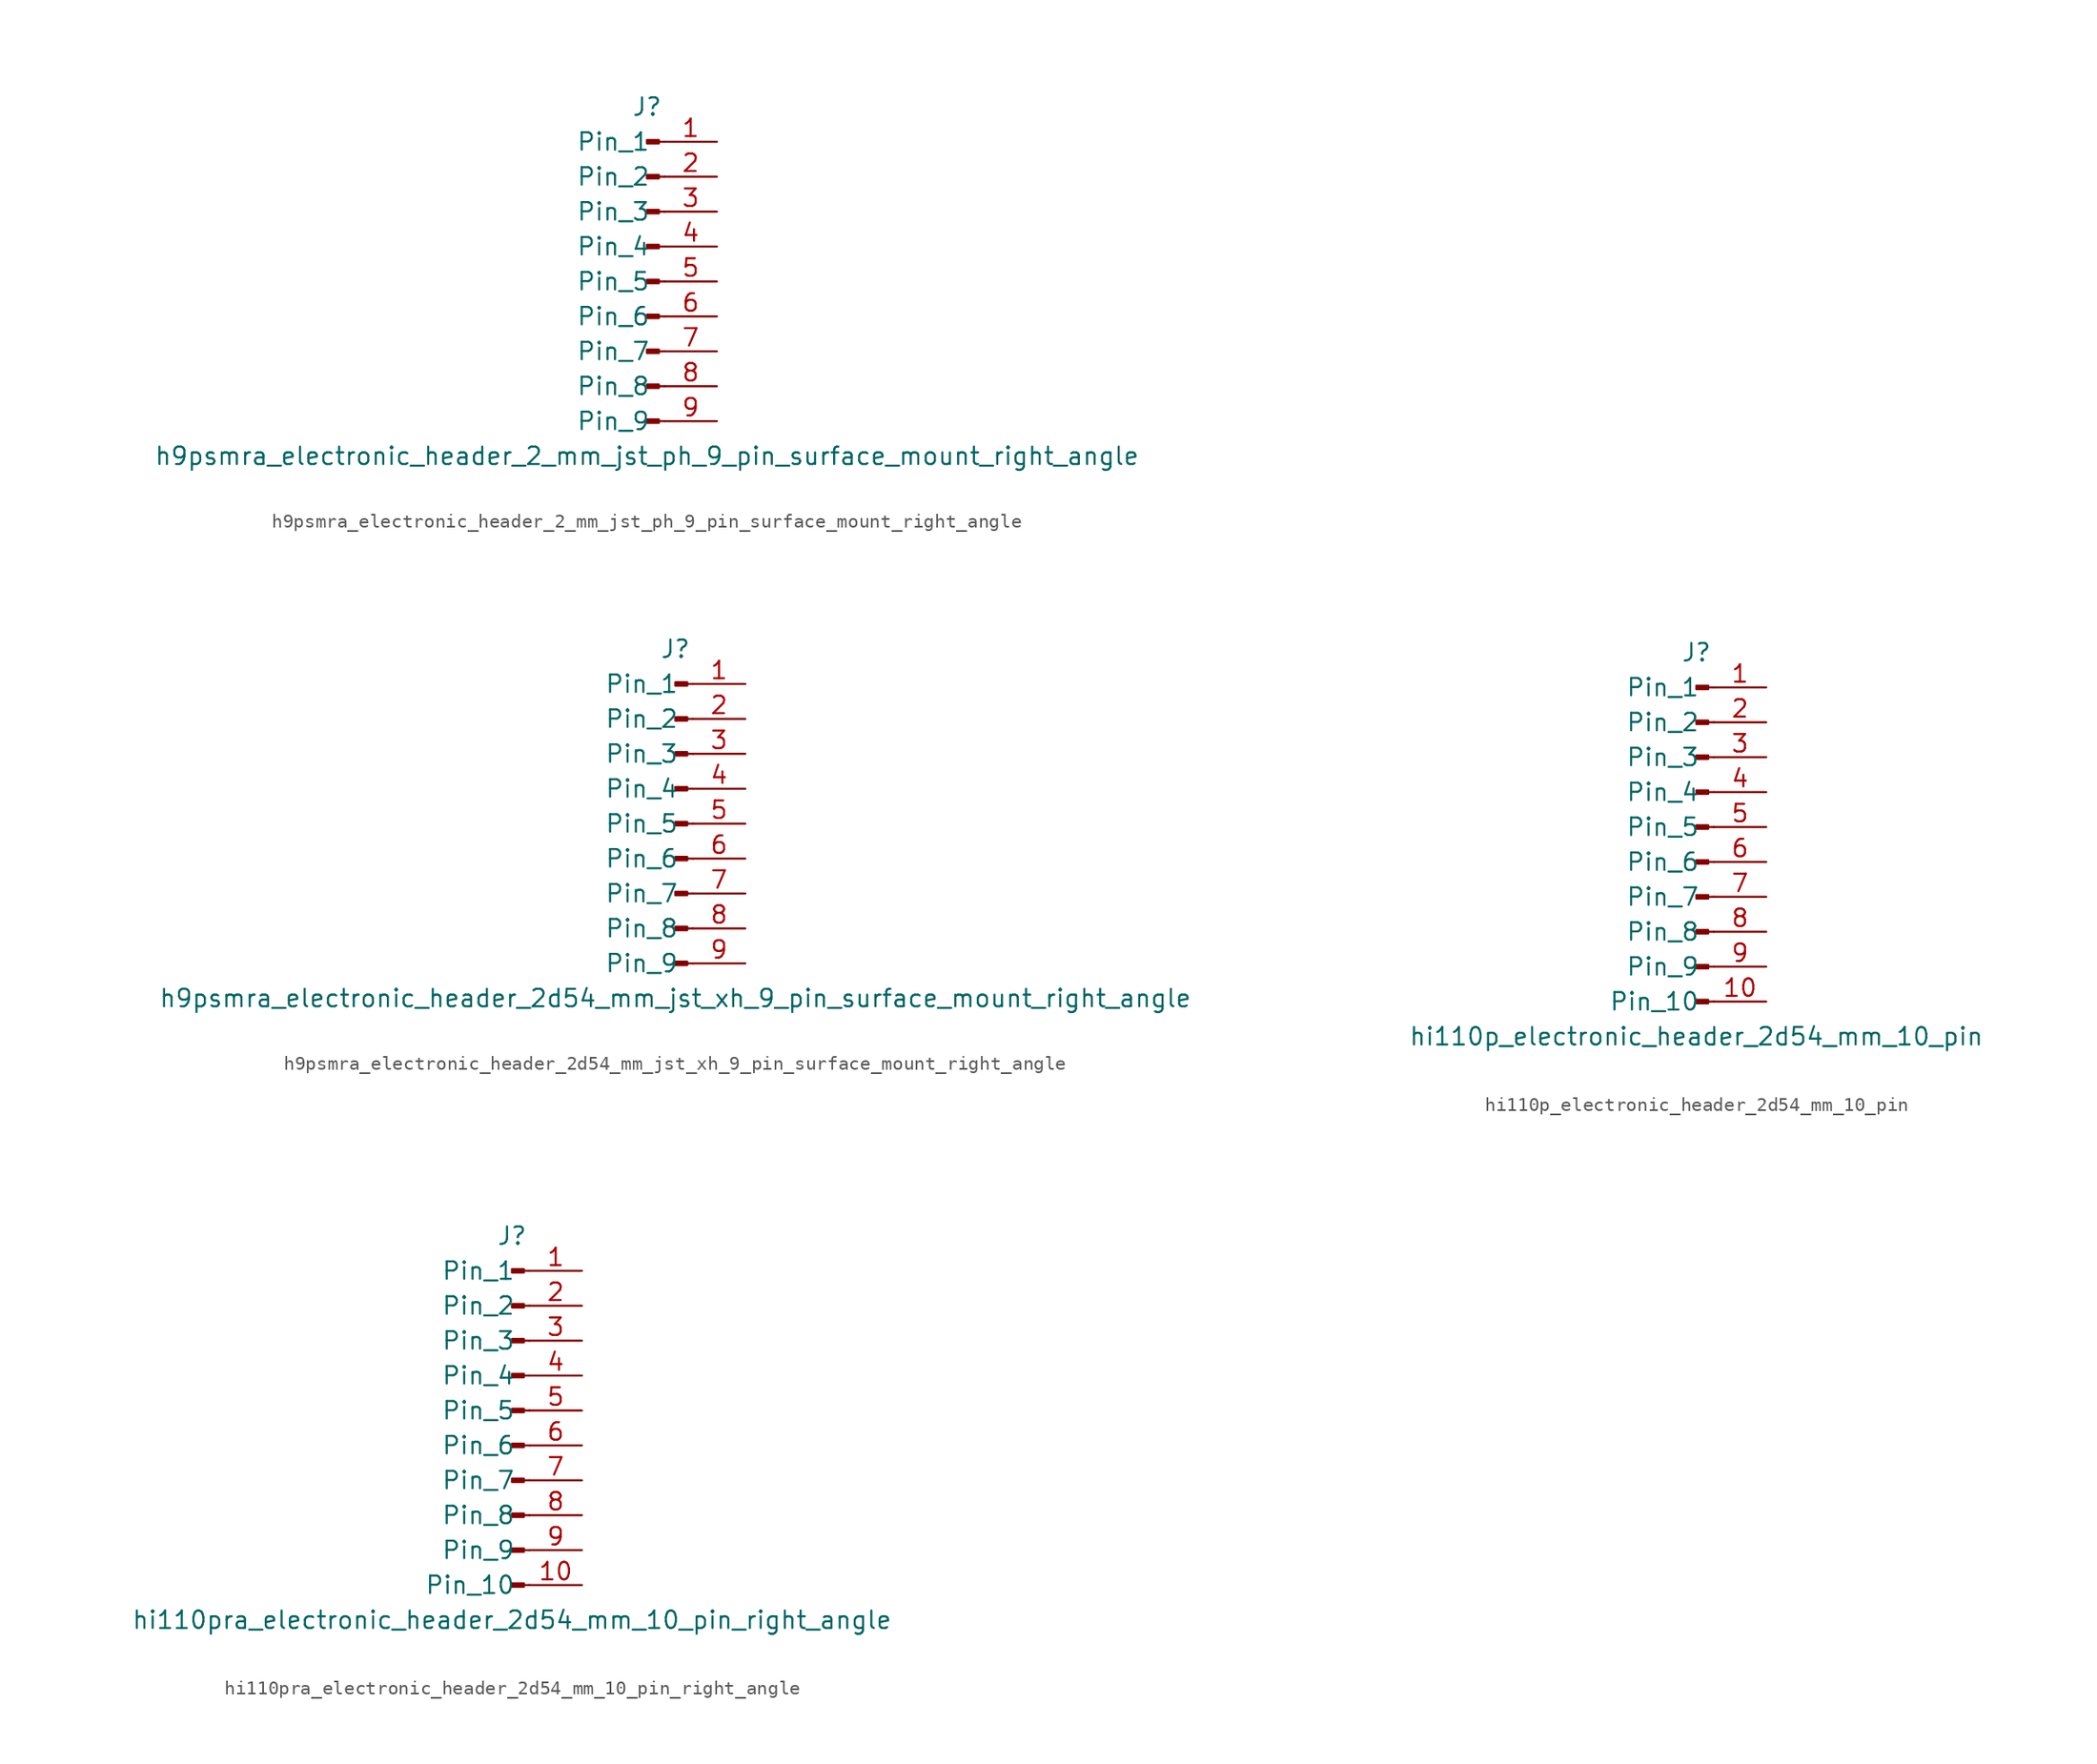
<source format=kicad_sym>
(kicad_symbol_lib
  (version 20220914)
  (generator kicad_symbol_editor)
  (symbol "h9psmra_electronic_header_2_mm_jst_ph_9_pin_surface_mount_right_angle"
    (pin_names
      (offset 1.016))
    (property "Reference" "J"
      (at 0 12.7 0)
      (effects (font (size 1.27 1.27))))
    (property "Value" "h9psmra_electronic_header_2_mm_jst_ph_9_pin_surface_mount_right_angle"
      (at 0 -12.7 0)
      (effects (font (size 1.27 1.27))))
    (property "ki_locked" ""
      (at 0 0 0)
      (effects (font (size 1.27 1.27))))
    (symbol "h9psmra_electronic_header_2_mm_jst_ph_9_pin_surface_mount_right_angle_1_1"
      (polyline (pts (xy 1.27 -10.16) (xy 0.864 -10.16)) (stroke (width 0.152) (type default)) (fill (type none)))
      (polyline (pts (xy 1.27 -7.62) (xy 0.864 -7.62)) (stroke (width 0.152) (type default)) (fill (type none)))
      (polyline (pts (xy 1.27 -5.08) (xy 0.864 -5.08)) (stroke (width 0.152) (type default)) (fill (type none)))
      (polyline (pts (xy 1.27 -2.54) (xy 0.864 -2.54)) (stroke (width 0.152) (type default)) (fill (type none)))
      (polyline (pts (xy 1.27 0) (xy 0.864 0)) (stroke (width 0.152) (type default)) (fill (type none)))
      (polyline (pts (xy 1.27 2.54) (xy 0.864 2.54)) (stroke (width 0.152) (type default)) (fill (type none)))
      (polyline (pts (xy 1.27 5.08) (xy 0.864 5.08)) (stroke (width 0.152) (type default)) (fill (type none)))
      (polyline (pts (xy 1.27 7.62) (xy 0.864 7.62)) (stroke (width 0.152) (type default)) (fill (type none)))
      (polyline (pts (xy 1.27 10.16) (xy 0.864 10.16)) (stroke (width 0.152) (type default)) (fill (type none)))
      (rectangle (start 0.864 -10.033) (end 0 -10.287) (stroke (width 0.152) (type default)) (fill (type outline)))
      (rectangle (start 0.864 -7.493) (end 0 -7.747) (stroke (width 0.152) (type default)) (fill (type outline)))
      (rectangle (start 0.864 -4.953) (end 0 -5.207) (stroke (width 0.152) (type default)) (fill (type outline)))
      (rectangle (start 0.864 -2.413) (end 0 -2.667) (stroke (width 0.152) (type default)) (fill (type outline)))
      (rectangle (start 0.864 0.127) (end 0 -0.127) (stroke (width 0.152) (type default)) (fill (type outline)))
      (rectangle (start 0.864 2.667) (end 0 2.413) (stroke (width 0.152) (type default)) (fill (type outline)))
      (rectangle (start 0.864 5.207) (end 0 4.953) (stroke (width 0.152) (type default)) (fill (type outline)))
      (rectangle (start 0.864 7.747) (end 0 7.493) (stroke (width 0.152) (type default)) (fill (type outline)))
      (rectangle (start 0.864 10.287) (end 0 10.033) (stroke (width 0.152) (type default)) (fill (type outline)))
      (pin passive line (at 5.08 10.16 180) (length 3.81) (name "Pin_1" (effects (font (size 1.27 1.27)))) (number "1" (effects (font (size 1.27 1.27)))))
      (pin passive line (at 5.08 7.62 180) (length 3.81) (name "Pin_2" (effects (font (size 1.27 1.27)))) (number "2" (effects (font (size 1.27 1.27)))))
      (pin passive line (at 5.08 5.08 180) (length 3.81) (name "Pin_3" (effects (font (size 1.27 1.27)))) (number "3" (effects (font (size 1.27 1.27)))))
      (pin passive line (at 5.08 2.54 180) (length 3.81) (name "Pin_4" (effects (font (size 1.27 1.27)))) (number "4" (effects (font (size 1.27 1.27)))))
      (pin passive line (at 5.08 0 180) (length 3.81) (name "Pin_5" (effects (font (size 1.27 1.27)))) (number "5" (effects (font (size 1.27 1.27)))))
      (pin passive line (at 5.08 -2.54 180) (length 3.81) (name "Pin_6" (effects (font (size 1.27 1.27)))) (number "6" (effects (font (size 1.27 1.27)))))
      (pin passive line (at 5.08 -5.08 180) (length 3.81) (name "Pin_7" (effects (font (size 1.27 1.27)))) (number "7" (effects (font (size 1.27 1.27)))))
      (pin passive line (at 5.08 -7.62 180) (length 3.81) (name "Pin_8" (effects (font (size 1.27 1.27)))) (number "8" (effects (font (size 1.27 1.27)))))
      (pin passive line (at 5.08 -10.16 180) (length 3.81) (name "Pin_9" (effects (font (size 1.27 1.27)))) (number "9" (effects (font (size 1.27 1.27)))))))
  (symbol "h9psmra_electronic_header_2d54_mm_jst_xh_9_pin_surface_mount_right_angle"
    (pin_names
      (offset 1.016))
    (property "Reference" "J"
      (at 0 12.7 0)
      (effects (font (size 1.27 1.27))))
    (property "Value" "h9psmra_electronic_header_2d54_mm_jst_xh_9_pin_surface_mount_right_angle"
      (at 0 -12.7 0)
      (effects (font (size 1.27 1.27))))
    (property "ki_locked" ""
      (at 0 0 0)
      (effects (font (size 1.27 1.27))))
    (symbol "h9psmra_electronic_header_2d54_mm_jst_xh_9_pin_surface_mount_right_angle_1_1"
      (polyline (pts (xy 1.27 -10.16) (xy 0.864 -10.16)) (stroke (width 0.152) (type default)) (fill (type none)))
      (polyline (pts (xy 1.27 -7.62) (xy 0.864 -7.62)) (stroke (width 0.152) (type default)) (fill (type none)))
      (polyline (pts (xy 1.27 -5.08) (xy 0.864 -5.08)) (stroke (width 0.152) (type default)) (fill (type none)))
      (polyline (pts (xy 1.27 -2.54) (xy 0.864 -2.54)) (stroke (width 0.152) (type default)) (fill (type none)))
      (polyline (pts (xy 1.27 0) (xy 0.864 0)) (stroke (width 0.152) (type default)) (fill (type none)))
      (polyline (pts (xy 1.27 2.54) (xy 0.864 2.54)) (stroke (width 0.152) (type default)) (fill (type none)))
      (polyline (pts (xy 1.27 5.08) (xy 0.864 5.08)) (stroke (width 0.152) (type default)) (fill (type none)))
      (polyline (pts (xy 1.27 7.62) (xy 0.864 7.62)) (stroke (width 0.152) (type default)) (fill (type none)))
      (polyline (pts (xy 1.27 10.16) (xy 0.864 10.16)) (stroke (width 0.152) (type default)) (fill (type none)))
      (rectangle (start 0.864 -10.033) (end 0 -10.287) (stroke (width 0.152) (type default)) (fill (type outline)))
      (rectangle (start 0.864 -7.493) (end 0 -7.747) (stroke (width 0.152) (type default)) (fill (type outline)))
      (rectangle (start 0.864 -4.953) (end 0 -5.207) (stroke (width 0.152) (type default)) (fill (type outline)))
      (rectangle (start 0.864 -2.413) (end 0 -2.667) (stroke (width 0.152) (type default)) (fill (type outline)))
      (rectangle (start 0.864 0.127) (end 0 -0.127) (stroke (width 0.152) (type default)) (fill (type outline)))
      (rectangle (start 0.864 2.667) (end 0 2.413) (stroke (width 0.152) (type default)) (fill (type outline)))
      (rectangle (start 0.864 5.207) (end 0 4.953) (stroke (width 0.152) (type default)) (fill (type outline)))
      (rectangle (start 0.864 7.747) (end 0 7.493) (stroke (width 0.152) (type default)) (fill (type outline)))
      (rectangle (start 0.864 10.287) (end 0 10.033) (stroke (width 0.152) (type default)) (fill (type outline)))
      (pin passive line (at 5.08 10.16 180) (length 3.81) (name "Pin_1" (effects (font (size 1.27 1.27)))) (number "1" (effects (font (size 1.27 1.27)))))
      (pin passive line (at 5.08 7.62 180) (length 3.81) (name "Pin_2" (effects (font (size 1.27 1.27)))) (number "2" (effects (font (size 1.27 1.27)))))
      (pin passive line (at 5.08 5.08 180) (length 3.81) (name "Pin_3" (effects (font (size 1.27 1.27)))) (number "3" (effects (font (size 1.27 1.27)))))
      (pin passive line (at 5.08 2.54 180) (length 3.81) (name "Pin_4" (effects (font (size 1.27 1.27)))) (number "4" (effects (font (size 1.27 1.27)))))
      (pin passive line (at 5.08 0 180) (length 3.81) (name "Pin_5" (effects (font (size 1.27 1.27)))) (number "5" (effects (font (size 1.27 1.27)))))
      (pin passive line (at 5.08 -2.54 180) (length 3.81) (name "Pin_6" (effects (font (size 1.27 1.27)))) (number "6" (effects (font (size 1.27 1.27)))))
      (pin passive line (at 5.08 -5.08 180) (length 3.81) (name "Pin_7" (effects (font (size 1.27 1.27)))) (number "7" (effects (font (size 1.27 1.27)))))
      (pin passive line (at 5.08 -7.62 180) (length 3.81) (name "Pin_8" (effects (font (size 1.27 1.27)))) (number "8" (effects (font (size 1.27 1.27)))))
      (pin passive line (at 5.08 -10.16 180) (length 3.81) (name "Pin_9" (effects (font (size 1.27 1.27)))) (number "9" (effects (font (size 1.27 1.27)))))))
  (symbol "hi110p_electronic_header_2d54_mm_10_pin"
    (pin_names
      (offset 1.016))
    (property "Reference" "J"
      (at 0 12.7 0)
      (effects (font (size 1.27 1.27))))
    (property "Value" "hi110p_electronic_header_2d54_mm_10_pin"
      (at 0 -15.24 0)
      (effects (font (size 1.27 1.27))))
    (property "ki_locked" ""
      (at 0 0 0)
      (effects (font (size 1.27 1.27))))
    (symbol "hi110p_electronic_header_2d54_mm_10_pin_1_1"
      (polyline (pts (xy 1.27 -12.7) (xy 0.864 -12.7)) (stroke (width 0.152) (type default)) (fill (type none)))
      (polyline (pts (xy 1.27 -10.16) (xy 0.864 -10.16)) (stroke (width 0.152) (type default)) (fill (type none)))
      (polyline (pts (xy 1.27 -7.62) (xy 0.864 -7.62)) (stroke (width 0.152) (type default)) (fill (type none)))
      (polyline (pts (xy 1.27 -5.08) (xy 0.864 -5.08)) (stroke (width 0.152) (type default)) (fill (type none)))
      (polyline (pts (xy 1.27 -2.54) (xy 0.864 -2.54)) (stroke (width 0.152) (type default)) (fill (type none)))
      (polyline (pts (xy 1.27 0) (xy 0.864 0)) (stroke (width 0.152) (type default)) (fill (type none)))
      (polyline (pts (xy 1.27 2.54) (xy 0.864 2.54)) (stroke (width 0.152) (type default)) (fill (type none)))
      (polyline (pts (xy 1.27 5.08) (xy 0.864 5.08)) (stroke (width 0.152) (type default)) (fill (type none)))
      (polyline (pts (xy 1.27 7.62) (xy 0.864 7.62)) (stroke (width 0.152) (type default)) (fill (type none)))
      (polyline (pts (xy 1.27 10.16) (xy 0.864 10.16)) (stroke (width 0.152) (type default)) (fill (type none)))
      (rectangle (start 0.864 -12.573) (end 0 -12.827) (stroke (width 0.152) (type default)) (fill (type outline)))
      (rectangle (start 0.864 -10.033) (end 0 -10.287) (stroke (width 0.152) (type default)) (fill (type outline)))
      (rectangle (start 0.864 -7.493) (end 0 -7.747) (stroke (width 0.152) (type default)) (fill (type outline)))
      (rectangle (start 0.864 -4.953) (end 0 -5.207) (stroke (width 0.152) (type default)) (fill (type outline)))
      (rectangle (start 0.864 -2.413) (end 0 -2.667) (stroke (width 0.152) (type default)) (fill (type outline)))
      (rectangle (start 0.864 0.127) (end 0 -0.127) (stroke (width 0.152) (type default)) (fill (type outline)))
      (rectangle (start 0.864 2.667) (end 0 2.413) (stroke (width 0.152) (type default)) (fill (type outline)))
      (rectangle (start 0.864 5.207) (end 0 4.953) (stroke (width 0.152) (type default)) (fill (type outline)))
      (rectangle (start 0.864 7.747) (end 0 7.493) (stroke (width 0.152) (type default)) (fill (type outline)))
      (rectangle (start 0.864 10.287) (end 0 10.033) (stroke (width 0.152) (type default)) (fill (type outline)))
      (pin passive line (at 5.08 10.16 180) (length 3.81) (name "Pin_1" (effects (font (size 1.27 1.27)))) (number "1" (effects (font (size 1.27 1.27)))))
      (pin passive line (at 5.08 -12.7 180) (length 3.81) (name "Pin_10" (effects (font (size 1.27 1.27)))) (number "10" (effects (font (size 1.27 1.27)))))
      (pin passive line (at 5.08 7.62 180) (length 3.81) (name "Pin_2" (effects (font (size 1.27 1.27)))) (number "2" (effects (font (size 1.27 1.27)))))
      (pin passive line (at 5.08 5.08 180) (length 3.81) (name "Pin_3" (effects (font (size 1.27 1.27)))) (number "3" (effects (font (size 1.27 1.27)))))
      (pin passive line (at 5.08 2.54 180) (length 3.81) (name "Pin_4" (effects (font (size 1.27 1.27)))) (number "4" (effects (font (size 1.27 1.27)))))
      (pin passive line (at 5.08 0 180) (length 3.81) (name "Pin_5" (effects (font (size 1.27 1.27)))) (number "5" (effects (font (size 1.27 1.27)))))
      (pin passive line (at 5.08 -2.54 180) (length 3.81) (name "Pin_6" (effects (font (size 1.27 1.27)))) (number "6" (effects (font (size 1.27 1.27)))))
      (pin passive line (at 5.08 -5.08 180) (length 3.81) (name "Pin_7" (effects (font (size 1.27 1.27)))) (number "7" (effects (font (size 1.27 1.27)))))
      (pin passive line (at 5.08 -7.62 180) (length 3.81) (name "Pin_8" (effects (font (size 1.27 1.27)))) (number "8" (effects (font (size 1.27 1.27)))))
      (pin passive line (at 5.08 -10.16 180) (length 3.81) (name "Pin_9" (effects (font (size 1.27 1.27)))) (number "9" (effects (font (size 1.27 1.27)))))))
  (symbol "hi110pra_electronic_header_2d54_mm_10_pin_right_angle"
    (pin_names
      (offset 1.016))
    (property "Reference" "J"
      (at 0 12.7 0)
      (effects (font (size 1.27 1.27))))
    (property "Value" "hi110pra_electronic_header_2d54_mm_10_pin_right_angle"
      (at 0 -15.24 0)
      (effects (font (size 1.27 1.27))))
    (property "ki_locked" ""
      (at 0 0 0)
      (effects (font (size 1.27 1.27))))
    (symbol "hi110pra_electronic_header_2d54_mm_10_pin_right_angle_1_1"
      (polyline (pts (xy 1.27 -12.7) (xy 0.864 -12.7)) (stroke (width 0.152) (type default)) (fill (type none)))
      (polyline (pts (xy 1.27 -10.16) (xy 0.864 -10.16)) (stroke (width 0.152) (type default)) (fill (type none)))
      (polyline (pts (xy 1.27 -7.62) (xy 0.864 -7.62)) (stroke (width 0.152) (type default)) (fill (type none)))
      (polyline (pts (xy 1.27 -5.08) (xy 0.864 -5.08)) (stroke (width 0.152) (type default)) (fill (type none)))
      (polyline (pts (xy 1.27 -2.54) (xy 0.864 -2.54)) (stroke (width 0.152) (type default)) (fill (type none)))
      (polyline (pts (xy 1.27 0) (xy 0.864 0)) (stroke (width 0.152) (type default)) (fill (type none)))
      (polyline (pts (xy 1.27 2.54) (xy 0.864 2.54)) (stroke (width 0.152) (type default)) (fill (type none)))
      (polyline (pts (xy 1.27 5.08) (xy 0.864 5.08)) (stroke (width 0.152) (type default)) (fill (type none)))
      (polyline (pts (xy 1.27 7.62) (xy 0.864 7.62)) (stroke (width 0.152) (type default)) (fill (type none)))
      (polyline (pts (xy 1.27 10.16) (xy 0.864 10.16)) (stroke (width 0.152) (type default)) (fill (type none)))
      (rectangle (start 0.864 -12.573) (end 0 -12.827) (stroke (width 0.152) (type default)) (fill (type outline)))
      (rectangle (start 0.864 -10.033) (end 0 -10.287) (stroke (width 0.152) (type default)) (fill (type outline)))
      (rectangle (start 0.864 -7.493) (end 0 -7.747) (stroke (width 0.152) (type default)) (fill (type outline)))
      (rectangle (start 0.864 -4.953) (end 0 -5.207) (stroke (width 0.152) (type default)) (fill (type outline)))
      (rectangle (start 0.864 -2.413) (end 0 -2.667) (stroke (width 0.152) (type default)) (fill (type outline)))
      (rectangle (start 0.864 0.127) (end 0 -0.127) (stroke (width 0.152) (type default)) (fill (type outline)))
      (rectangle (start 0.864 2.667) (end 0 2.413) (stroke (width 0.152) (type default)) (fill (type outline)))
      (rectangle (start 0.864 5.207) (end 0 4.953) (stroke (width 0.152) (type default)) (fill (type outline)))
      (rectangle (start 0.864 7.747) (end 0 7.493) (stroke (width 0.152) (type default)) (fill (type outline)))
      (rectangle (start 0.864 10.287) (end 0 10.033) (stroke (width 0.152) (type default)) (fill (type outline)))
      (pin passive line (at 5.08 10.16 180) (length 3.81) (name "Pin_1" (effects (font (size 1.27 1.27)))) (number "1" (effects (font (size 1.27 1.27)))))
      (pin passive line (at 5.08 -12.7 180) (length 3.81) (name "Pin_10" (effects (font (size 1.27 1.27)))) (number "10" (effects (font (size 1.27 1.27)))))
      (pin passive line (at 5.08 7.62 180) (length 3.81) (name "Pin_2" (effects (font (size 1.27 1.27)))) (number "2" (effects (font (size 1.27 1.27)))))
      (pin passive line (at 5.08 5.08 180) (length 3.81) (name "Pin_3" (effects (font (size 1.27 1.27)))) (number "3" (effects (font (size 1.27 1.27)))))
      (pin passive line (at 5.08 2.54 180) (length 3.81) (name "Pin_4" (effects (font (size 1.27 1.27)))) (number "4" (effects (font (size 1.27 1.27)))))
      (pin passive line (at 5.08 0 180) (length 3.81) (name "Pin_5" (effects (font (size 1.27 1.27)))) (number "5" (effects (font (size 1.27 1.27)))))
      (pin passive line (at 5.08 -2.54 180) (length 3.81) (name "Pin_6" (effects (font (size 1.27 1.27)))) (number "6" (effects (font (size 1.27 1.27)))))
      (pin passive line (at 5.08 -5.08 180) (length 3.81) (name "Pin_7" (effects (font (size 1.27 1.27)))) (number "7" (effects (font (size 1.27 1.27)))))
      (pin passive line (at 5.08 -7.62 180) (length 3.81) (name "Pin_8" (effects (font (size 1.27 1.27)))) (number "8" (effects (font (size 1.27 1.27)))))
      (pin passive line (at 5.08 -10.16 180) (length 3.81) (name "Pin_9" (effects (font (size 1.27 1.27)))) (number "9" (effects (font (size 1.27 1.27))))))))
</source>
